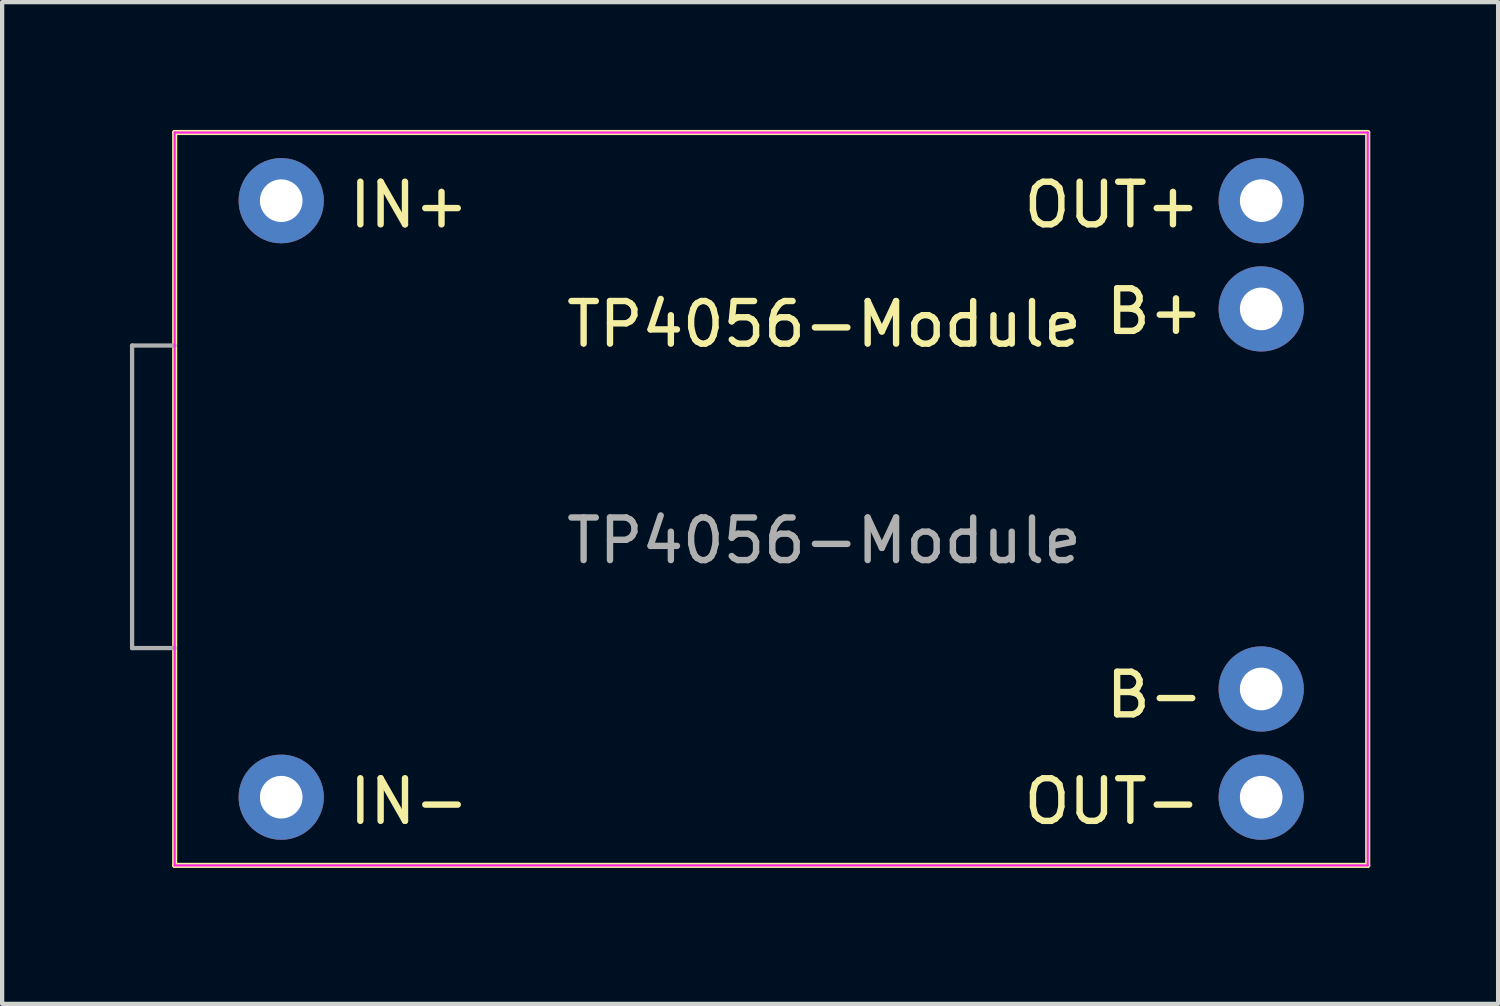
<source format=kicad_pcb>
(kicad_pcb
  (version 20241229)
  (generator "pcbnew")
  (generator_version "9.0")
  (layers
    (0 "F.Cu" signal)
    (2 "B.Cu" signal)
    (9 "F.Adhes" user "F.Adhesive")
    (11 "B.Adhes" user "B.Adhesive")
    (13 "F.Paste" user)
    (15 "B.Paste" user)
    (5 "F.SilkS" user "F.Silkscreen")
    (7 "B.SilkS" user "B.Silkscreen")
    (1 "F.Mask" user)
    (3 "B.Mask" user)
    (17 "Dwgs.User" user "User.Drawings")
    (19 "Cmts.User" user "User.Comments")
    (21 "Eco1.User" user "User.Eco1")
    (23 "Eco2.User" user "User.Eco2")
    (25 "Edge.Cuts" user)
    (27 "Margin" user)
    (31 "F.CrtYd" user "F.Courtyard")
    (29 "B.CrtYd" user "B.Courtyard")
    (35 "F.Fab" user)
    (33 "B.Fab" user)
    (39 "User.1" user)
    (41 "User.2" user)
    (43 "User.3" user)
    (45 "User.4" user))
  (footprint "TP4056-Module"
    (layer "F.Cu")
    (at 1.05 17.26)
    (property "Reference" "TP4056-Module" (at 15.24 -12.7 0) (unlocked yes) (layer "F.SilkS") (effects (font (size 1 1) (thickness 0.15))))
    (attr through_hole)
    (fp_line (start 0 -17.2) (end 0 0) (stroke (width 0.12) (type solid)) (layer "F.SilkS"))
    (fp_line (start 0 -17.2) (end 28 -17.2) (stroke (width 0.12) (type solid)) (layer "F.SilkS"))
    (fp_line (start 0 0) (end 28 0) (stroke (width 0.12) (type solid)) (layer "F.SilkS"))
    (fp_line (start 28 -17.2) (end 28 0) (stroke (width 0.12) (type solid)) (layer "F.SilkS"))
    (fp_line (start 0 -17.2) (end 28 -17.2) (stroke (width 0.05) (type solid)) (layer "F.CrtYd"))
    (fp_line (start 0 0) (end 0 -17.2) (stroke (width 0.05) (type solid)) (layer "F.CrtYd"))
    (fp_line (start 28 -17.2) (end 28 0) (stroke (width 0.05) (type solid)) (layer "F.CrtYd"))
    (fp_line (start 28 0) (end 0 0) (stroke (width 0.05) (type solid)) (layer "F.CrtYd"))
    (fp_line (start -1 -12.2) (end -1 -5.1) (stroke (width 0.1) (type solid)) (layer "F.Fab"))
    (fp_line (start -1 -5.1) (end 0 -5.1) (stroke (width 0.1) (type solid)) (layer "F.Fab"))
    (fp_line (start 0 -12.2) (end -1 -12.2) (stroke (width 0.1) (type solid)) (layer "F.Fab"))
    (fp_text user "OUT+" (at 22 -15.5 0) (unlocked yes) (layer "F.SilkS") (effects (font (size 1 1) (thickness 0.15))))
    (fp_text user "B-" (at 23 -4 0) (unlocked yes) (layer "F.SilkS") (effects (font (size 1 1) (thickness 0.15))))
    (fp_text user "OUT-" (at 22 -1.5 0) (unlocked yes) (layer "F.SilkS") (effects (font (size 1 1) (thickness 0.15))))
    (fp_text user "IN+" (at 5.5 -15.5 0) (unlocked yes) (layer "F.SilkS") (effects (font (size 1 1) (thickness 0.15))))
    (fp_text user "IN-" (at 5.5 -1.5 0) (unlocked yes) (layer "F.SilkS") (effects (font (size 1 1) (thickness 0.15))))
    (fp_text user "B+" (at 23 -13 0) (unlocked yes) (layer "F.SilkS") (effects (font (size 1 1) (thickness 0.15))))
    (fp_text user "${REFERENCE}" (at 15.24 -7.62 0) (unlocked yes) (layer "F.Fab") (effects (font (size 1 1) (thickness 0.15))))
    (pad "1" thru_hole circle (at 2.5 -15.6) (size 2 2) (drill 1) (layers "*.Cu" "*.Mask"))
    (pad "2" thru_hole circle (at 2.5 -1.6) (size 2 2) (drill 1) (layers "*.Cu" "*.Mask"))
    (pad "3" thru_hole circle (at 25.5 -15.6) (size 2 2) (drill 1) (layers "*.Cu" "*.Mask"))
    (pad "4" thru_hole circle (at 25.5 -1.6) (size 2 2) (drill 1) (layers "*.Cu" "*.Mask"))
    (pad "5" thru_hole circle (at 25.5 -13.06) (size 2 2) (drill 1) (layers "*.Cu" "*.Mask"))
    (pad "6" thru_hole circle (at 25.5 -4.14) (size 2 2) (drill 1) (layers "*.Cu" "*.Mask")))
  (gr_rect
    (start -3 -3)
    (end 32.11 20.51)
    (stroke (width 0.1) (type default))
    (fill no)
    (layer "Edge.Cuts")))
</source>
